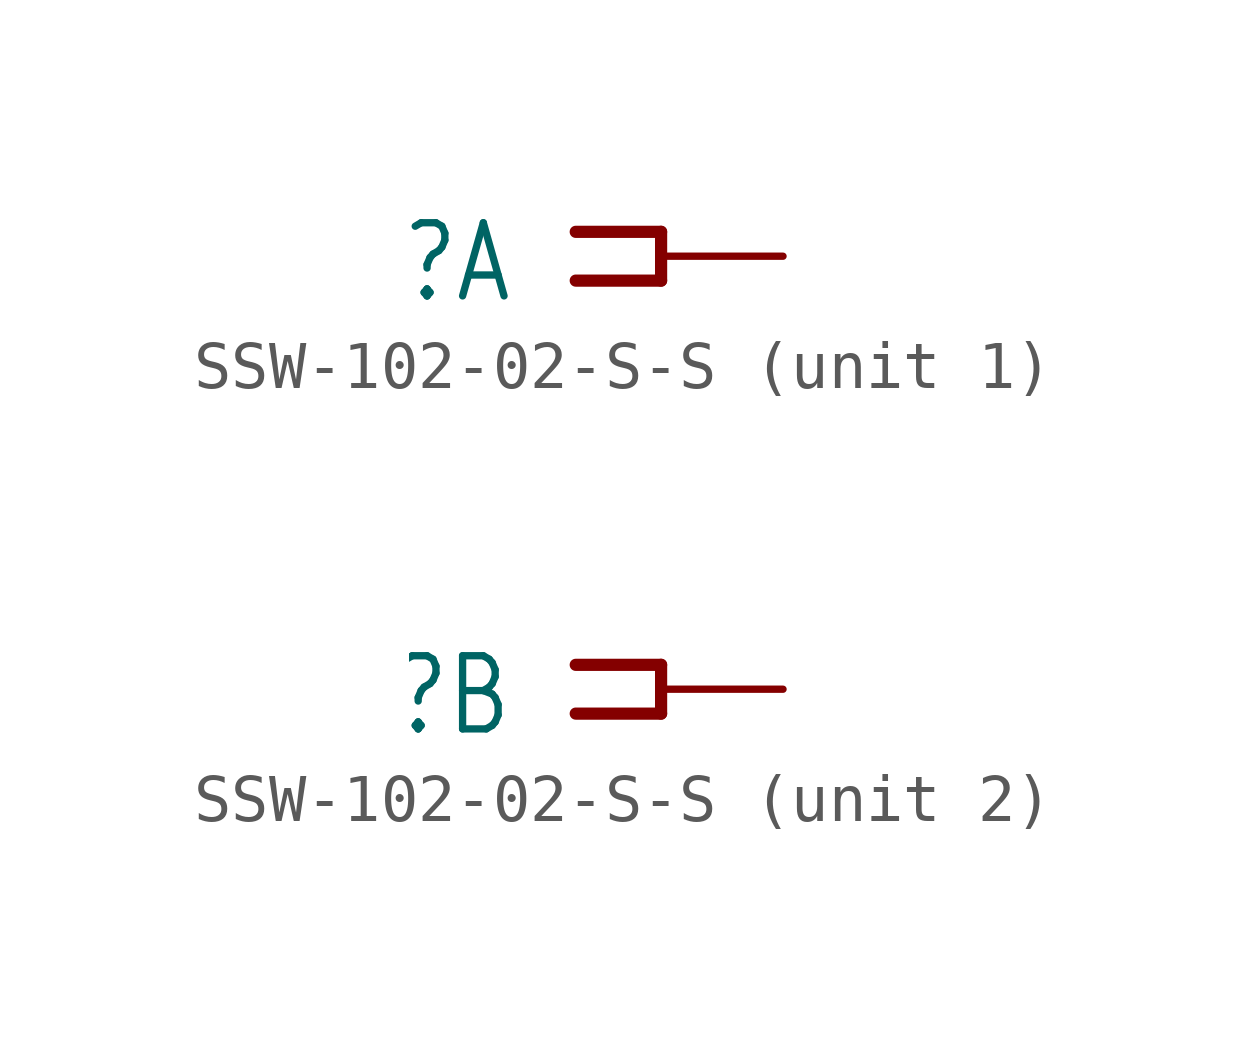
<source format=kicad_sym>
(kicad_symbol_lib
  (version 20220914)
  (generator kicad_symbol_editor)
  (symbol "SSW-102-02-S-S"
    (property "Reference" "X"
      (at -3.048 0.762 0)
      (effects (font (size 1.524 1.295)) (justify right top)))
    (property "ki_locked" ""
      (at 0 0 0)
      (effects (font (size 1.27 1.27))))
    (symbol "SSW-102-02-S-S_1_0"
      (polyline (pts (xy -1.778 0.508) (xy 0 0.508)) (stroke (width 0.254) (type solid)) (fill (type none)))
      (polyline (pts (xy 0 -0.508) (xy -1.778 -0.508)) (stroke (width 0.254) (type solid)) (fill (type none)))
      (polyline (pts (xy 0 0.508) (xy 0 -0.508)) (stroke (width 0.254) (type solid)) (fill (type none)))
      (pin passive line (at 2.54 0 180) (length 2.54) (name "1" (effects (font (size 0 0)))) (number "1" (effects (font (size 0 0))))))
    (symbol "SSW-102-02-S-S_2_0"
      (polyline (pts (xy -1.778 0.508) (xy 0 0.508)) (stroke (width 0.254) (type solid)) (fill (type none)))
      (polyline (pts (xy 0 -0.508) (xy -1.778 -0.508)) (stroke (width 0.254) (type solid)) (fill (type none)))
      (polyline (pts (xy 0 0.508) (xy 0 -0.508)) (stroke (width 0.254) (type solid)) (fill (type none)))
      (pin passive line (at 2.54 0 180) (length 2.54) (name "1" (effects (font (size 0 0)))) (number "2" (effects (font (size 0 0))))))))
</source>
